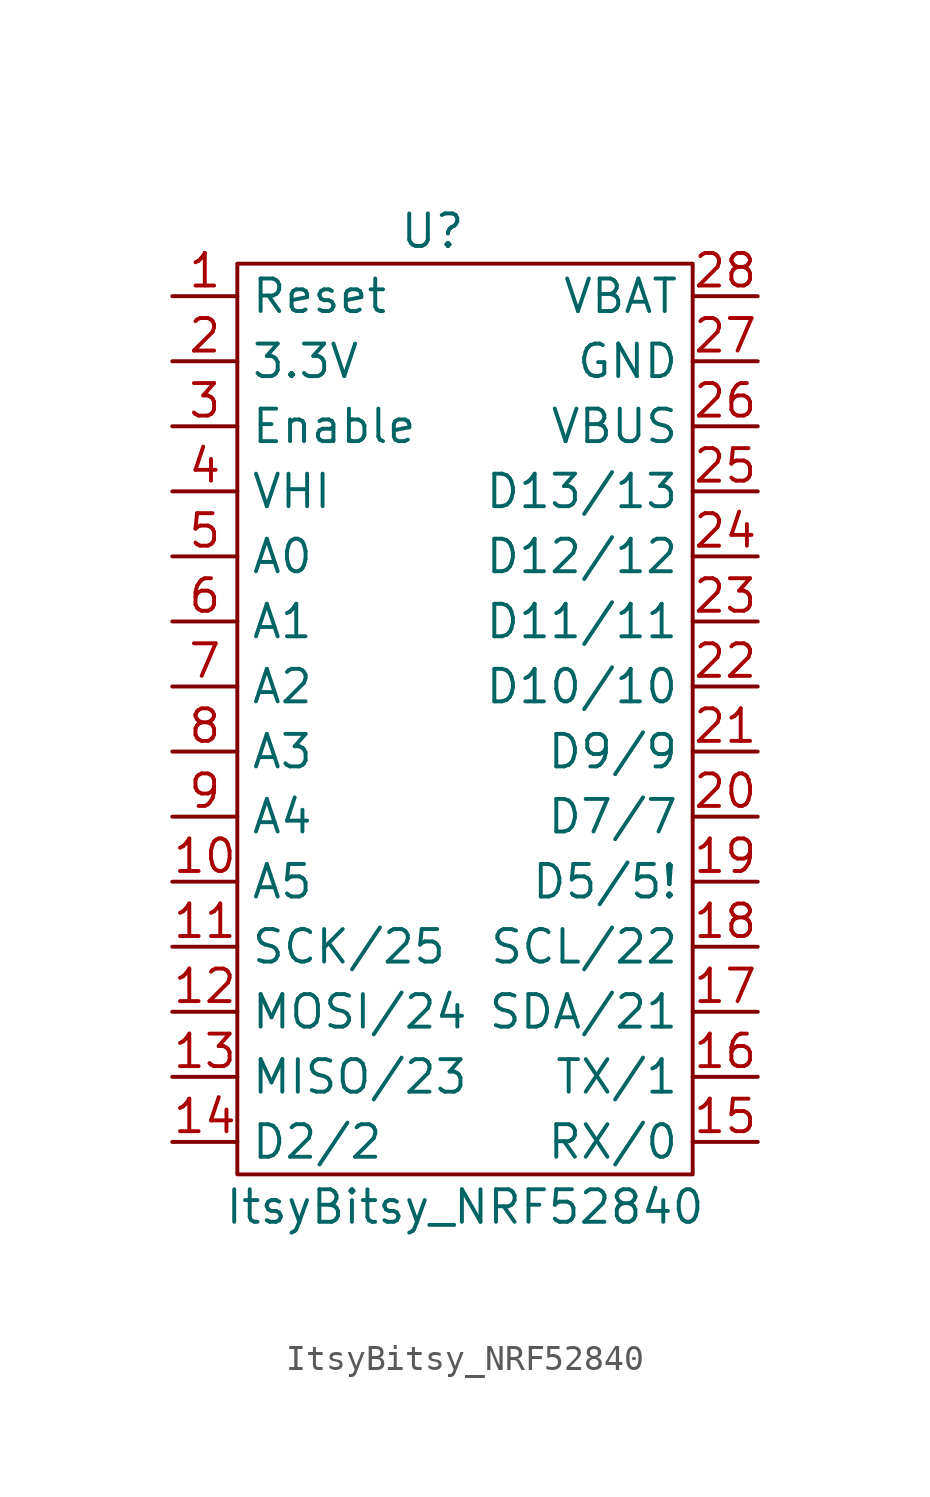
<source format=kicad_sym>
(kicad_symbol_lib
  (version 20211014)
  (generator kicad_symbol_editor)
  (symbol "ItsyBitsy_NRF52840"
    (property "Reference" "U"
      (at 1.27 2.54 0)
      (effects (font (size 1.27 1.27))))
    (property "Value" "ItsyBitsy_NRF52840"
      (at 2.54 -35.56 0)
      (effects (font (size 1.27 1.27))))
    (symbol "ItsyBitsy_NRF52840_0_1"
      (rectangle (start -6.35 1.27) (end 11.43 -34.29) (stroke (width 0) (type default) (color 0 0 0 0)) (fill (type none))))
    (symbol "ItsyBitsy_NRF52840_1_1"
      (pin input line (at -8.89 0 0) (length 2.54) (name "Reset" (effects (font (size 1.27 1.27)))) (number "1" (effects (font (size 1.27 1.27)))))
      (pin input line (at -8.89 -22.86 0) (length 2.54) (name "A5" (effects (font (size 1.27 1.27)))) (number "10" (effects (font (size 1.27 1.27)))))
      (pin bidirectional line (at -8.89 -25.4 0) (length 2.54) (name "SCK/25" (effects (font (size 1.27 1.27)))) (number "11" (effects (font (size 1.27 1.27)))))
      (pin bidirectional line (at -8.89 -27.94 0) (length 2.54) (name "MOSI/24" (effects (font (size 1.27 1.27)))) (number "12" (effects (font (size 1.27 1.27)))))
      (pin bidirectional line (at -8.89 -30.48 0) (length 2.54) (name "MISO/23" (effects (font (size 1.27 1.27)))) (number "13" (effects (font (size 1.27 1.27)))))
      (pin bidirectional line (at -8.89 -33.02 0) (length 2.54) (name "D2/2" (effects (font (size 1.27 1.27)))) (number "14" (effects (font (size 1.27 1.27)))))
      (pin bidirectional line (at 13.97 -33.02 180) (length 2.54) (name "RX/0" (effects (font (size 1.27 1.27)))) (number "15" (effects (font (size 1.27 1.27)))))
      (pin bidirectional line (at 13.97 -30.48 180) (length 2.54) (name "TX/1" (effects (font (size 1.27 1.27)))) (number "16" (effects (font (size 1.27 1.27)))))
      (pin bidirectional line (at 13.97 -27.94 180) (length 2.54) (name "SDA/21" (effects (font (size 1.27 1.27)))) (number "17" (effects (font (size 1.27 1.27)))))
      (pin bidirectional line (at 13.97 -25.4 180) (length 2.54) (name "SCL/22" (effects (font (size 1.27 1.27)))) (number "18" (effects (font (size 1.27 1.27)))))
      (pin bidirectional line (at 13.97 -22.86 180) (length 2.54) (name "D5/5!" (effects (font (size 1.27 1.27)))) (number "19" (effects (font (size 1.27 1.27)))))
      (pin output line (at -8.89 -2.54 0) (length 2.54) (name "3.3V" (effects (font (size 1.27 1.27)))) (number "2" (effects (font (size 1.27 1.27)))))
      (pin bidirectional line (at 13.97 -20.32 180) (length 2.54) (name "D7/7" (effects (font (size 1.27 1.27)))) (number "20" (effects (font (size 1.27 1.27)))))
      (pin bidirectional line (at 13.97 -17.78 180) (length 2.54) (name "D9/9" (effects (font (size 1.27 1.27)))) (number "21" (effects (font (size 1.27 1.27)))))
      (pin bidirectional line (at 13.97 -15.24 180) (length 2.54) (name "D10/10" (effects (font (size 1.27 1.27)))) (number "22" (effects (font (size 1.27 1.27)))))
      (pin bidirectional line (at 13.97 -12.7 180) (length 2.54) (name "D11/11" (effects (font (size 1.27 1.27)))) (number "23" (effects (font (size 1.27 1.27)))))
      (pin bidirectional line (at 13.97 -10.16 180) (length 2.54) (name "D12/12" (effects (font (size 1.27 1.27)))) (number "24" (effects (font (size 1.27 1.27)))))
      (pin bidirectional line (at 13.97 -7.62 180) (length 2.54) (name "D13/13" (effects (font (size 1.27 1.27)))) (number "25" (effects (font (size 1.27 1.27)))))
      (pin bidirectional line (at 13.97 -5.08 180) (length 2.54) (name "VBUS" (effects (font (size 1.27 1.27)))) (number "26" (effects (font (size 1.27 1.27)))))
      (pin bidirectional line (at 13.97 -2.54 180) (length 2.54) (name "GND" (effects (font (size 1.27 1.27)))) (number "27" (effects (font (size 1.27 1.27)))))
      (pin bidirectional line (at 13.97 0 180) (length 2.54) (name "VBAT" (effects (font (size 1.27 1.27)))) (number "28" (effects (font (size 1.27 1.27)))))
      (pin input line (at -8.89 -5.08 0) (length 2.54) (name "Enable" (effects (font (size 1.27 1.27)))) (number "3" (effects (font (size 1.27 1.27)))))
      (pin bidirectional line (at -8.89 -7.62 0) (length 2.54) (name "VHI" (effects (font (size 1.27 1.27)))) (number "4" (effects (font (size 1.27 1.27)))))
      (pin input line (at -8.89 -10.16 0) (length 2.54) (name "A0" (effects (font (size 1.27 1.27)))) (number "5" (effects (font (size 1.27 1.27)))))
      (pin input line (at -8.89 -12.7 0) (length 2.54) (name "A1" (effects (font (size 1.27 1.27)))) (number "6" (effects (font (size 1.27 1.27)))))
      (pin input line (at -8.89 -15.24 0) (length 2.54) (name "A2" (effects (font (size 1.27 1.27)))) (number "7" (effects (font (size 1.27 1.27)))))
      (pin input line (at -8.89 -17.78 0) (length 2.54) (name "A3" (effects (font (size 1.27 1.27)))) (number "8" (effects (font (size 1.27 1.27)))))
      (pin input line (at -8.89 -20.32 0) (length 2.54) (name "A4" (effects (font (size 1.27 1.27)))) (number "9" (effects (font (size 1.27 1.27))))))))
</source>
